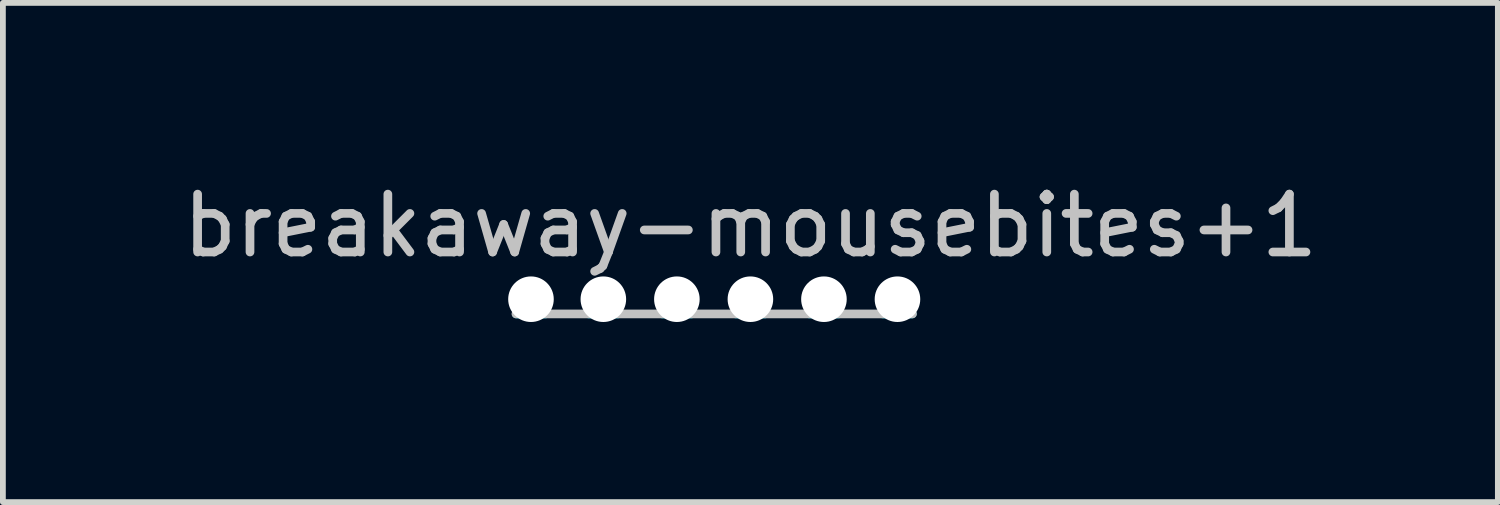
<source format=kicad_pcb>
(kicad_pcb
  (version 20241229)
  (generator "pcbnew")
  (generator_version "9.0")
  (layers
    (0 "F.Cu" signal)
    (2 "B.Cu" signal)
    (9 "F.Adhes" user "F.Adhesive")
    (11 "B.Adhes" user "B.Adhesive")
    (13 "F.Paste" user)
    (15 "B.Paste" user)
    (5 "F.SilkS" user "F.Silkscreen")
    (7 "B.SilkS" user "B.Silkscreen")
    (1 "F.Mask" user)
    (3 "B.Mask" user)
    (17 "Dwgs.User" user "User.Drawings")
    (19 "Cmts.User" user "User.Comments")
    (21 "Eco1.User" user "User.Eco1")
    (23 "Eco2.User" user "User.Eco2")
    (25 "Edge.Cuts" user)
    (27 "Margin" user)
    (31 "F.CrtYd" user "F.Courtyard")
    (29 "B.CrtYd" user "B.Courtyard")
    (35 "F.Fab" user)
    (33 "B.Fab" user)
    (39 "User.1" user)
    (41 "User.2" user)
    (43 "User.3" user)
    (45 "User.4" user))
  (footprint "breakaway-mousebites+1"
    (layer "F.Cu")
    (at 9.911 2.372)
    (property "Reference" "breakaway-mousebites+1" (at 0 -1.524 0) (layer "Dwgs.User") (effects (font (size 1 1) (thickness 0.15))))
    (attr exclude_from_pos_files exclude_from_bom)
    (fp_line (start -4.05 0) (end 2.8 0) (stroke (width 0.15) (type solid)) (layer "Dwgs.User"))
    (fp_line (start -3.536 0) (end -4.044 0) (stroke (width 0.15) (type solid)) (layer "B.CrtYd"))
    (fp_line (start -2.286 0) (end -2.794 0) (stroke (width 0.15) (type solid)) (layer "B.CrtYd"))
    (fp_line (start -1.016 0) (end -1.524 0) (stroke (width 0.15) (type solid)) (layer "B.CrtYd"))
    (fp_line (start 0.254 0) (end -0.254 0) (stroke (width 0.15) (type solid)) (layer "B.CrtYd"))
    (fp_line (start 1.016 0) (end 1.524 0) (stroke (width 0.15) (type solid)) (layer "B.CrtYd"))
    (fp_line (start 2.286 0) (end 2.794 0) (stroke (width 0.15) (type solid)) (layer "B.CrtYd"))
    (pad "" np_thru_hole circle (at -3.79 -0.254) (size 0.787 0.787) (drill 0.787) (layers "*.Cu" "*.Mask"))
    (pad "" np_thru_hole circle (at -2.54 -0.254) (size 0.787 0.787) (drill 0.787) (layers "*.Cu" "*.Mask"))
    (pad "" np_thru_hole circle (at -1.27 -0.254) (size 0.787 0.787) (drill 0.787) (layers "*.Cu" "*.Mask"))
    (pad "" np_thru_hole circle (at 0 -0.254) (size 0.787 0.787) (drill 0.787) (layers "*.Cu" "*.Mask"))
    (pad "" np_thru_hole circle (at 1.27 -0.254) (size 0.787 0.787) (drill 0.787) (layers "*.Cu" "*.Mask"))
    (pad "" np_thru_hole circle (at 2.54 -0.254) (size 0.787 0.787) (drill 0.787) (layers "*.Cu" "*.Mask")))
  (gr_rect
    (start -3 -3)
    (end 22.821 5.622)
    (stroke (width 0.1) (type default))
    (fill no)
    (layer "Edge.Cuts")))
</source>
